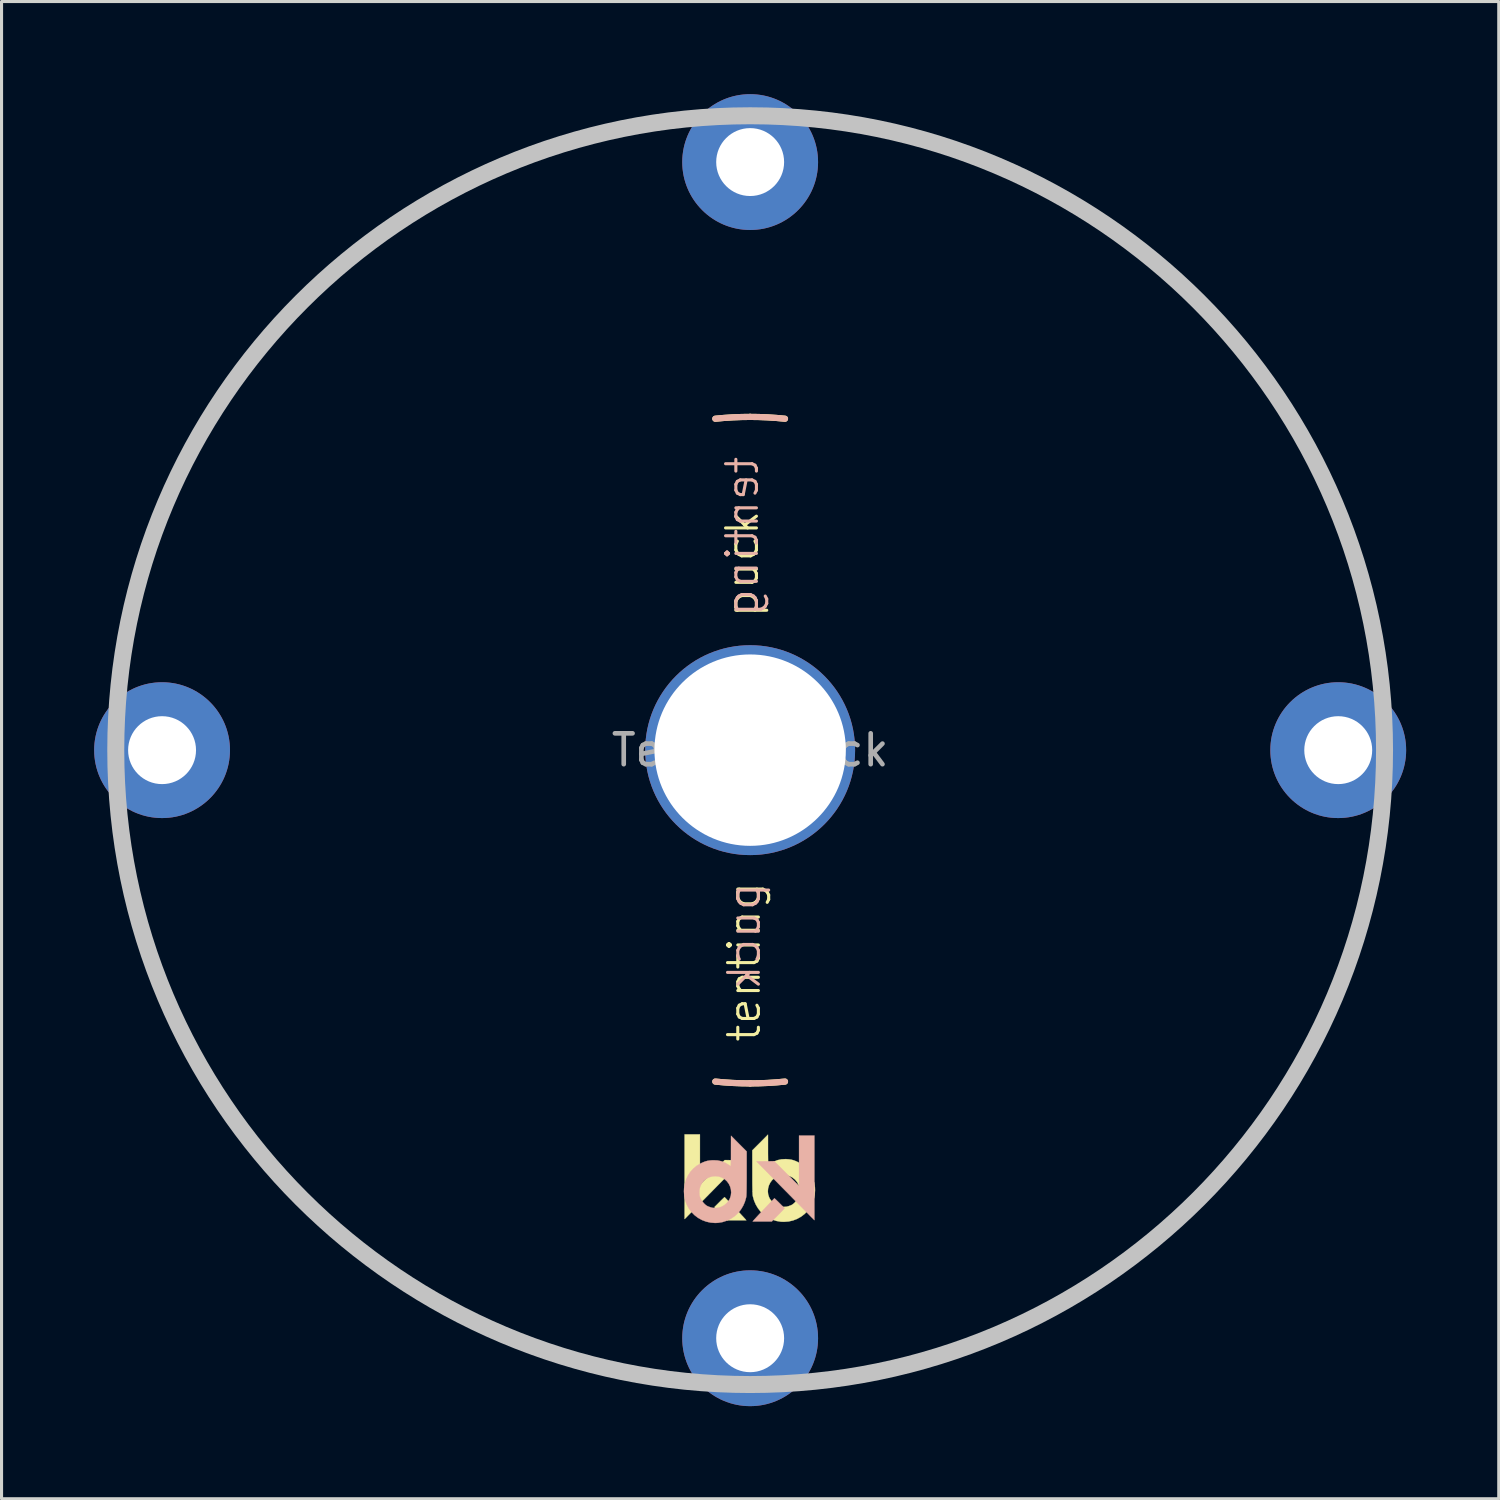
<source format=kicad_pcb>
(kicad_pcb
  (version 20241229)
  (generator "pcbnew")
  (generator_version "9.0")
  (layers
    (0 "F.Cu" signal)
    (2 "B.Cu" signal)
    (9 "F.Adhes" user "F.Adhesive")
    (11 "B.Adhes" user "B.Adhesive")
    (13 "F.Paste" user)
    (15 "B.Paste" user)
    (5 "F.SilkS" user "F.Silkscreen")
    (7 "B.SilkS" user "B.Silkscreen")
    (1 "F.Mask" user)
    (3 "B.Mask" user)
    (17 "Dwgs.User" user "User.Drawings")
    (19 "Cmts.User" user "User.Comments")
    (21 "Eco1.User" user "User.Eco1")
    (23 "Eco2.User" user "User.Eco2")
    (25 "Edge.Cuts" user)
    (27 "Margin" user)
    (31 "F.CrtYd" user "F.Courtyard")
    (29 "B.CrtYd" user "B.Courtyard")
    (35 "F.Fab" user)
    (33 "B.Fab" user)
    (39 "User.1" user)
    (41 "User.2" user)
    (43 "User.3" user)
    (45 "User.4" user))
  (footprint "TentingPuck"
    (layer "F.Cu")
    (at 21.25 21.25)
    (property "Reference" "TentingPuck" (at 0 0 0) (layer "F.Fab") (effects (font (size 1 1) (thickness 0.15))))
    (attr exclude_from_pos_files exclude_from_bom)
    (fp_arc (start -20.32 -2.8575) (mid -19.91151 -4.959786) (end -19.286134 -7.008048) (stroke (width 0.2) (type solid)) (layer "F.SilkS"))
    (fp_arc (start -19.286134 7.008047) (mid -19.91151 4.959786) (end -20.32 2.8575) (stroke (width 0.2) (type solid)) (layer "F.SilkS"))
    (fp_arc (start -7.008048 -19.286134) (mid -4.959786 -19.91151) (end -2.8575 -20.32) (stroke (width 0.2) (type solid)) (layer "F.SilkS"))
    (fp_arc (start -2.8575 20.32) (mid -4.959785 19.91151) (end -7.008046 19.286135) (stroke (width 0.2) (type solid)) (layer "F.SilkS"))
    (fp_arc (start -1.128385 -10.735864) (mid -0.564967 -10.780206) (end 0 -10.795) (stroke (width 0.2) (type solid)) (layer "F.SilkS"))
    (fp_arc (start 0 -10.795) (mid 0.564967 -10.780206) (end 1.128385 -10.735864) (stroke (width 0.2) (type solid)) (layer "F.SilkS"))
    (fp_arc (start 0 10.795) (mid -0.564967 10.780206) (end -1.128385 10.735864) (stroke (width 0.2) (type solid)) (layer "F.SilkS"))
    (fp_arc (start 1.128385 10.735864) (mid 0.564967 10.780206) (end 0 10.795) (stroke (width 0.2) (type solid)) (layer "F.SilkS"))
    (fp_arc (start 2.8575 -20.32) (mid 4.959786 -19.91151) (end 7.008047 -19.286134) (stroke (width 0.2) (type solid)) (layer "F.SilkS"))
    (fp_arc (start 7.008047 19.286134) (mid 4.959786 19.91151) (end 2.8575 20.32) (stroke (width 0.2) (type solid)) (layer "F.SilkS"))
    (fp_arc (start 19.286135 -7.008045) (mid 19.91151 -4.959785) (end 20.32 -2.8575) (stroke (width 0.2) (type solid)) (layer "F.SilkS"))
    (fp_arc (start 20.32 2.8575) (mid 19.91151 4.959785) (end 19.286135 7.008046) (stroke (width 0.2) (type solid)) (layer "F.SilkS"))
    (fp_poly (pts (xy -1.627 14.082) (xy -0.824 13.279) (xy -0.535 13.282) (xy -0.247 13.285) (xy -1.094 14.145) (xy -1.212 14.265) (xy -1.327 14.382) (xy -1.437 14.494) (xy -1.542 14.6) (xy -1.64 14.7) (xy -1.731 14.791) (xy -1.811 14.874) (xy -1.882 14.945) (xy -1.941 15.005) (xy -1.987 15.052) (xy -2.019 15.084) (xy -2.032 15.098) (xy -2.123 15.19) (xy -2.123 12.448) (xy -1.627 12.448) (xy -1.627 14.082)) (stroke (width 0.01) (type solid)) (fill yes) (layer "F.SilkS"))
    (fp_poly (pts (xy -0.82 14.488) (xy -0.797 14.511) (xy -0.763 14.547) (xy -0.719 14.593) (xy -0.666 14.647) (xy -0.609 14.708) (xy -0.547 14.773) (xy -0.483 14.841) (xy -0.42 14.908) (xy -0.359 14.973) (xy -0.302 15.034) (xy -0.251 15.089) (xy -0.208 15.135) (xy -0.175 15.171) (xy -0.154 15.194) (xy -0.152 15.197) (xy -0.124 15.231) (xy -0.744 15.231) (xy -0.917 15.055) (xy -0.971 15) (xy -1.021 14.948) (xy -1.065 14.903) (xy -1.099 14.868) (xy -1.121 14.844) (xy -1.124 14.841) (xy -1.158 14.803) (xy -0.997 14.642) (xy -0.948 14.592) (xy -0.903 14.549) (xy -0.867 14.514) (xy -0.842 14.491) (xy -0.829 14.48) (xy -0.829 14.48) (xy -0.82 14.488)) (stroke (width 0.01) (type solid)) (fill yes) (layer "F.SilkS"))
    (fp_poly (pts (xy 0.578 12.948) (xy 0.578 13.052) (xy 0.579 13.149) (xy 0.58 13.236) (xy 0.581 13.31) (xy 0.582 13.37) (xy 0.583 13.413) (xy 0.585 13.437) (xy 0.586 13.441) (xy 0.598 13.435) (xy 0.623 13.419) (xy 0.647 13.401) (xy 0.762 13.331) (xy 0.884 13.282) (xy 1.014 13.254) (xy 1.153 13.247) (xy 1.171 13.248) (xy 1.261 13.255) (xy 1.337 13.267) (xy 1.409 13.286) (xy 1.484 13.315) (xy 1.554 13.348) (xy 1.682 13.423) (xy 1.795 13.515) (xy 1.892 13.622) (xy 1.972 13.743) (xy 2.033 13.874) (xy 2.076 14.016) (xy 2.099 14.167) (xy 2.102 14.256) (xy 2.092 14.409) (xy 2.061 14.553) (xy 2.008 14.693) (xy 1.95 14.8) (xy 1.865 14.92) (xy 1.763 15.025) (xy 1.648 15.113) (xy 1.521 15.184) (xy 1.385 15.236) (xy 1.241 15.268) (xy 1.093 15.279) (xy 0.993 15.275) (xy 0.848 15.25) (xy 0.707 15.204) (xy 0.574 15.138) (xy 0.452 15.054) (xy 0.343 14.954) (xy 0.335 14.944) (xy 0.254 14.84) (xy 0.184 14.722) (xy 0.129 14.596) (xy 0.092 14.469) (xy 0.083 14.423) (xy 0.08 14.394) (xy 0.078 14.344) (xy 0.076 14.294) (xy 0.573 14.294) (xy 0.583 14.391) (xy 0.614 14.485) (xy 0.642 14.539) (xy 0.709 14.628) (xy 0.789 14.699) (xy 0.878 14.751) (xy 0.975 14.784) (xy 1.076 14.797) (xy 1.18 14.789) (xy 1.253 14.769) (xy 1.296 14.753) (xy 1.337 14.736) (xy 1.353 14.728) (xy 1.398 14.697) (xy 1.448 14.651) (xy 1.496 14.595) (xy 1.537 14.537) (xy 1.559 14.498) (xy 1.579 14.454) (xy 1.591 14.415) (xy 1.599 14.373) (xy 1.603 14.318) (xy 1.603 14.313) (xy 1.6 14.205) (xy 1.577 14.107) (xy 1.534 14.014) (xy 1.516 13.985) (xy 1.451 13.908) (xy 1.372 13.845) (xy 1.283 13.8) (xy 1.186 13.772) (xy 1.085 13.763) (xy 0.984 13.773) (xy 0.885 13.803) (xy 0.871 13.81) (xy 0.783 13.863) (xy 0.709 13.931) (xy 0.65 14.011) (xy 0.607 14.101) (xy 0.581 14.196) (xy 0.573 14.294) (xy 0.076 14.294) (xy 0.076 14.274) (xy 0.074 14.185) (xy 0.072 14.078) (xy 0.071 13.955) (xy 0.071 13.818) (xy 0.071 13.668) (xy 0.071 13.656) (xy 0.07 12.964) (xy 0.578 12.454) (xy 0.578 12.948)) (stroke (width 0.01) (type solid)) (fill yes) (layer "F.SilkS"))
    (fp_arc (start -20.32 -2.8575) (mid -19.91151 -4.959784) (end -19.286136 -7.008044) (stroke (width 0.2) (type solid)) (layer "B.SilkS"))
    (fp_arc (start -19.286135 7.008046) (mid -19.91151 4.959785) (end -20.32 2.8575) (stroke (width 0.2) (type solid)) (layer "B.SilkS"))
    (fp_arc (start -7.008046 -19.286135) (mid -4.959785 -19.91151) (end -2.8575 -20.32) (stroke (width 0.2) (type solid)) (layer "B.SilkS"))
    (fp_arc (start -2.8575 20.32) (mid -4.959785 19.91151) (end -7.008045 19.286135) (stroke (width 0.2) (type solid)) (layer "B.SilkS"))
    (fp_arc (start -1.128385 -10.735864) (mid -0.564967 -10.780206) (end 0 -10.795) (stroke (width 0.2) (type solid)) (layer "B.SilkS"))
    (fp_arc (start 0 -10.795) (mid 0.564967 -10.780206) (end 1.128385 -10.735864) (stroke (width 0.2) (type solid)) (layer "B.SilkS"))
    (fp_arc (start 0 10.795) (mid -0.564967 10.780206) (end -1.128385 10.735864) (stroke (width 0.2) (type solid)) (layer "B.SilkS"))
    (fp_arc (start 1.128385 10.735864) (mid 0.564967 10.780206) (end 0 10.795) (stroke (width 0.2) (type solid)) (layer "B.SilkS"))
    (fp_arc (start 2.8575 -20.32) (mid 4.959787 -19.91151) (end 7.008049 -19.286134) (stroke (width 0.2) (type solid)) (layer "B.SilkS"))
    (fp_arc (start 7.008045 19.286135) (mid 4.959785 19.91151) (end 2.8575 20.32) (stroke (width 0.2) (type solid)) (layer "B.SilkS"))
    (fp_arc (start 19.286134 -7.008048) (mid 19.91151 -4.959786) (end 20.32 -2.8575) (stroke (width 0.2) (type solid)) (layer "B.SilkS"))
    (fp_arc (start 20.32 2.8575) (mid 19.91151 4.959786) (end 19.286134 7.008048) (stroke (width 0.2) (type solid)) (layer "B.SilkS"))
    (fp_poly (pts (xy 1.584 14.118) (xy 0.782 13.315) (xy 0.493 13.318) (xy 0.205 13.322) (xy 1.052 14.182) (xy 1.17 14.301) (xy 1.285 14.418) (xy 1.395 14.53) (xy 1.5 14.637) (xy 1.598 14.736) (xy 1.688 14.828) (xy 1.769 14.91) (xy 1.84 14.981) (xy 1.899 15.041) (xy 1.944 15.088) (xy 1.976 15.12) (xy 1.99 15.134) (xy 2.081 15.226) (xy 2.081 12.484) (xy 1.584 12.484) (xy 1.584 14.118)) (stroke (width 0.01) (type solid)) (fill yes) (layer "B.SilkS"))
    (fp_poly (pts (xy 0.778 14.525) (xy 0.755 14.547) (xy 0.721 14.583) (xy 0.676 14.629) (xy 0.624 14.684) (xy 0.566 14.745) (xy 0.505 14.81) (xy 0.441 14.877) (xy 0.378 14.944) (xy 0.316 15.009) (xy 0.259 15.07) (xy 0.208 15.125) (xy 0.166 15.172) (xy 0.133 15.207) (xy 0.112 15.231) (xy 0.11 15.233) (xy 0.082 15.267) (xy 0.702 15.267) (xy 0.875 15.091) (xy 0.929 15.036) (xy 0.979 14.985) (xy 1.023 14.939) (xy 1.057 14.904) (xy 1.079 14.88) (xy 1.082 14.877) (xy 1.116 14.839) (xy 0.955 14.678) (xy 0.905 14.628) (xy 0.861 14.585) (xy 0.825 14.55) (xy 0.799 14.527) (xy 0.787 14.517) (xy 0.787 14.516) (xy 0.778 14.525)) (stroke (width 0.01) (type solid)) (fill yes) (layer "B.SilkS"))
    (fp_poly (pts (xy -0.621 12.984) (xy -0.621 13.088) (xy -0.621 13.185) (xy -0.622 13.272) (xy -0.623 13.346) (xy -0.624 13.406) (xy -0.625 13.45) (xy -0.627 13.473) (xy -0.628 13.477) (xy -0.64 13.471) (xy -0.665 13.455) (xy -0.689 13.438) (xy -0.804 13.367) (xy -0.926 13.318) (xy -1.057 13.29) (xy -1.196 13.284) (xy -1.214 13.284) (xy -1.303 13.291) (xy -1.38 13.303) (xy -1.451 13.322) (xy -1.526 13.351) (xy -1.596 13.384) (xy -1.724 13.459) (xy -1.837 13.551) (xy -1.934 13.658) (xy -2.014 13.779) (xy -2.076 13.911) (xy -2.118 14.053) (xy -2.141 14.203) (xy -2.145 14.293) (xy -2.134 14.445) (xy -2.103 14.59) (xy -2.05 14.729) (xy -1.993 14.836) (xy -1.907 14.956) (xy -1.805 15.061) (xy -1.69 15.149) (xy -1.563 15.22) (xy -1.427 15.272) (xy -1.283 15.304) (xy -1.135 15.316) (xy -1.035 15.311) (xy -0.89 15.286) (xy -0.75 15.24) (xy -0.616 15.174) (xy -0.494 15.09) (xy -0.386 14.99) (xy -0.377 14.981) (xy -0.296 14.876) (xy -0.226 14.758) (xy -0.171 14.632) (xy -0.134 14.505) (xy -0.125 14.459) (xy -0.122 14.43) (xy -0.12 14.38) (xy -0.118 14.33) (xy -0.615 14.33) (xy -0.625 14.428) (xy -0.656 14.522) (xy -0.684 14.576) (xy -0.751 14.664) (xy -0.831 14.735) (xy -0.92 14.787) (xy -1.017 14.82) (xy -1.119 14.833) (xy -1.222 14.825) (xy -1.295 14.805) (xy -1.338 14.789) (xy -1.379 14.772) (xy -1.395 14.764) (xy -1.441 14.733) (xy -1.49 14.687) (xy -1.538 14.632) (xy -1.579 14.573) (xy -1.601 14.534) (xy -1.621 14.49) (xy -1.634 14.452) (xy -1.641 14.409) (xy -1.645 14.354) (xy -1.646 14.349) (xy -1.642 14.241) (xy -1.619 14.144) (xy -1.576 14.05) (xy -1.558 14.022) (xy -1.493 13.944) (xy -1.415 13.882) (xy -1.325 13.836) (xy -1.228 13.808) (xy -1.127 13.799) (xy -1.026 13.809) (xy -0.927 13.84) (xy -0.913 13.846) (xy -0.825 13.899) (xy -0.751 13.967) (xy -0.692 14.047) (xy -0.649 14.137) (xy -0.623 14.232) (xy -0.615 14.33) (xy -0.118 14.33) (xy -0.118 14.31) (xy -0.116 14.221) (xy -0.115 14.114) (xy -0.114 13.991) (xy -0.113 13.854) (xy -0.113 13.704) (xy -0.113 13.692) (xy -0.113 13) (xy -0.62 12.49) (xy -0.621 12.984)) (stroke (width 0.01) (type solid)) (fill yes) (layer "B.SilkS"))
    (fp_circle (center 0 0) (end 20.55 0) (stroke (width 0.55) (type solid)) (fill no) (layer "Dwgs.User"))
    (fp_text user "tenting" (at -0.191 6.858 90) (layer "F.SilkS") (effects (font (size 1 1) (thickness 0.1))))
    (fp_text user "puck" (at -0.254 -6.032 90) (layer "F.SilkS") (effects (font (size 1 1) (thickness 0.1))))
    (fp_text user "tenting" (at -0.254 -6.921 90) (layer "B.SilkS") (effects (font (size 1 1) (thickness 0.1)) (justify mirror)))
    (fp_text user "puck" (at -0.191 6.032 90) (unlocked yes) (layer "B.SilkS") (effects (font (size 1 1) (thickness 0.1)) (justify mirror)))
    (pad "" thru_hole circle (at 0 0) (size 6.8 6.8) (drill 6.2) (layers "*.Cu" "*.Mask"))
    (pad "1" thru_hole circle (at -19.05 0) (size 4.4 4.4) (drill 2.2) (layers "*.Cu" "*.Mask"))
    (pad "1" thru_hole circle (at 0 -19.05) (size 4.4 4.4) (drill 2.2) (layers "*.Cu" "*.Mask"))
    (pad "1" thru_hole circle (at 0 19.05) (size 4.4 4.4) (drill 2.2) (layers "*.Cu" "*.Mask"))
    (pad "1" thru_hole circle (at 19.05 0) (size 4.4 4.4) (drill 2.2) (layers "*.Cu" "*.Mask")))
  (gr_rect
    (start -3 -3)
    (end 45.5 45.5)
    (stroke (width 0.1) (type default))
    (fill no)
    (layer "Edge.Cuts")))
</source>
